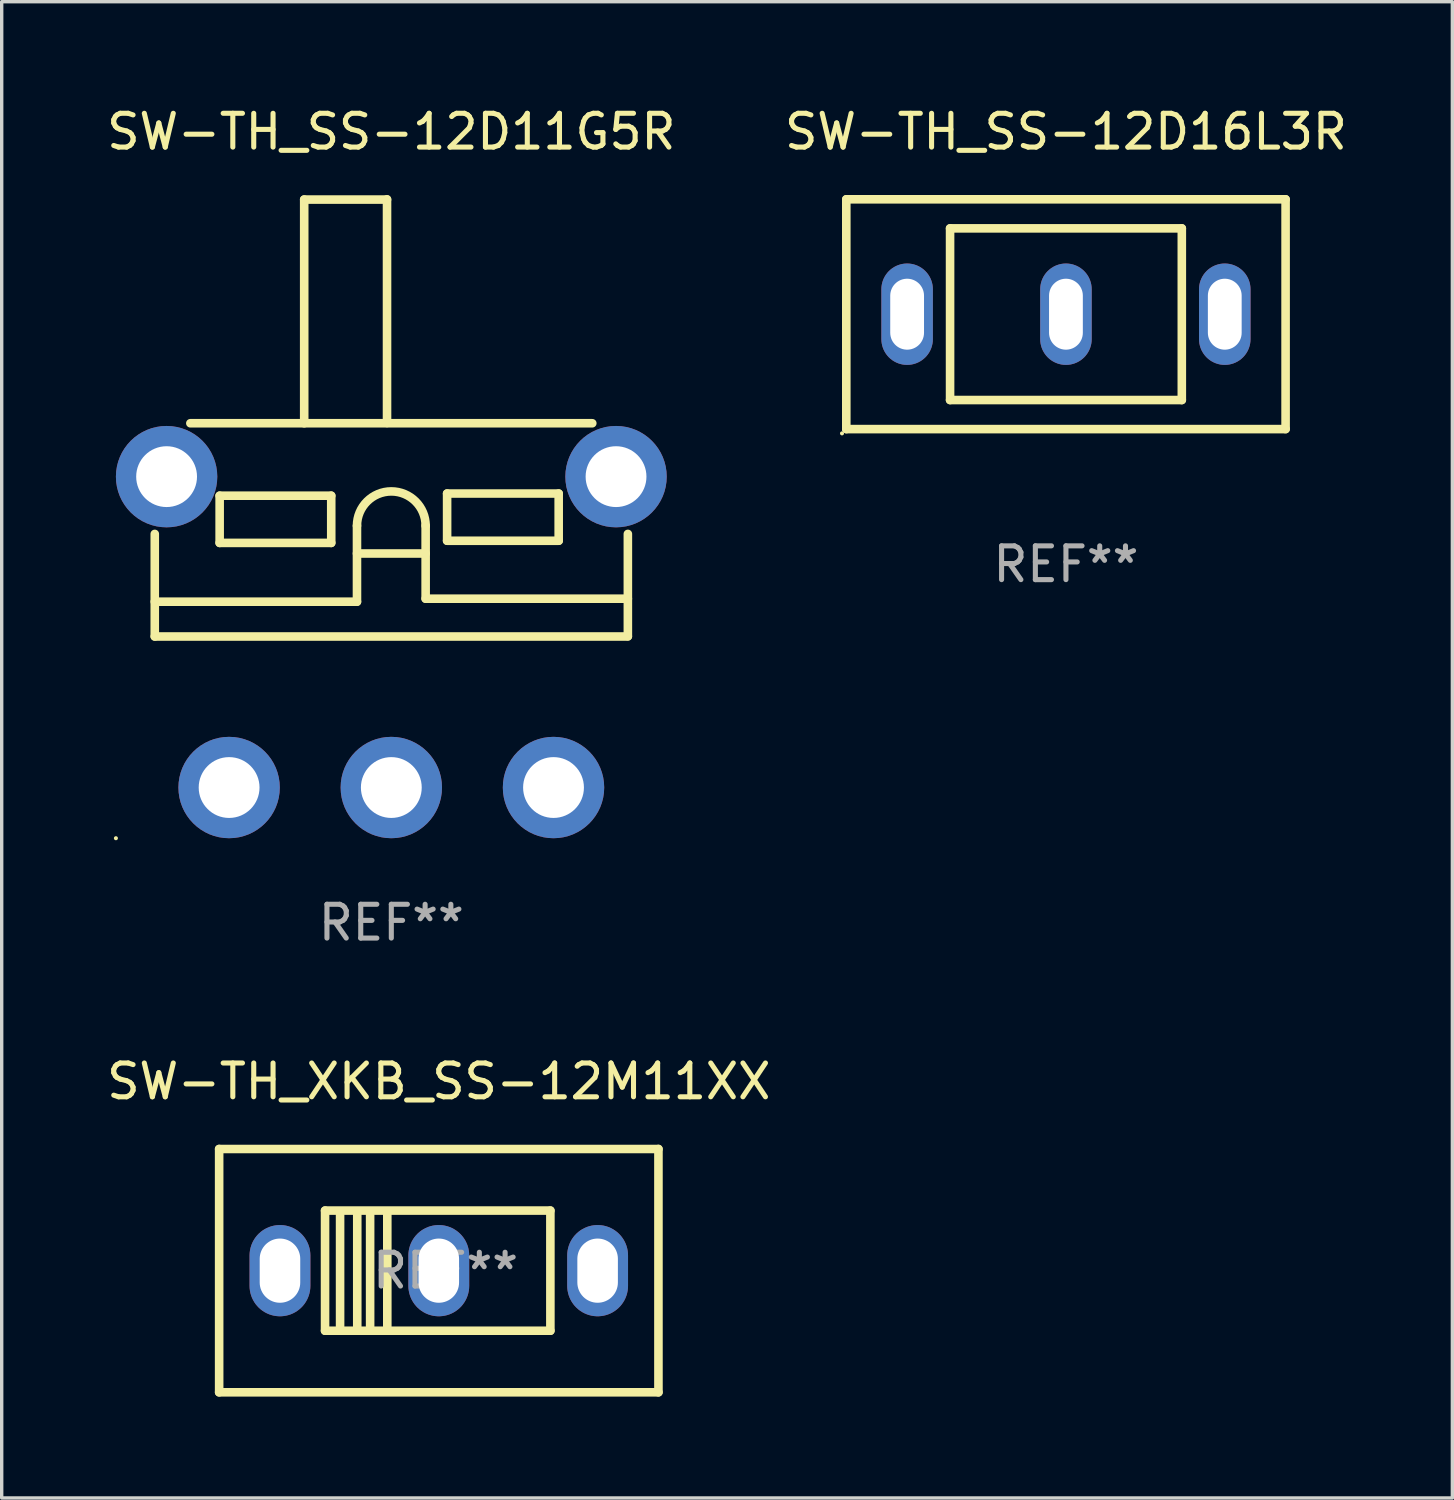
<source format=kicad_pcb>
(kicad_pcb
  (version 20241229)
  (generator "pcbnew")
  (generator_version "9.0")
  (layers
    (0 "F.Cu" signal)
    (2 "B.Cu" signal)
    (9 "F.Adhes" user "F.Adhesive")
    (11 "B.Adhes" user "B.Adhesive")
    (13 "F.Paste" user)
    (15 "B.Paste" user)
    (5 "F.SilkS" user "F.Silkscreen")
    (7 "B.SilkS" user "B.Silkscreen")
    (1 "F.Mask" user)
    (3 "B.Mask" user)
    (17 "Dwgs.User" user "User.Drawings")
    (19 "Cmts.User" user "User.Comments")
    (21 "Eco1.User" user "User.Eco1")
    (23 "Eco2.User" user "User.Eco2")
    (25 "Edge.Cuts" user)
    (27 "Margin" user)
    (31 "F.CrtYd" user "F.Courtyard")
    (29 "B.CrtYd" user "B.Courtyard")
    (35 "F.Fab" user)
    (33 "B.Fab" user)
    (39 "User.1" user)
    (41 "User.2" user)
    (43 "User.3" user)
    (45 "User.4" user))
  (footprint "SW-TH_SS-12D16L3R"
    (layer "F.Cu")
    (at 28.494 6.248)
    (property "Reference" "SW-TH_SS-12D16L3R" (at 0 -5.4 0) (layer "F.SilkS") (effects (font (size 1 1) (thickness 0.15))))
    (attr through_hole)
    (fp_line (start -6.5 -3.4) (end -6.5 3.4) (stroke (width 0.254) (type solid)) (layer "F.SilkS"))
    (fp_line (start -6.5 -3.4) (end 6.5 -3.4) (stroke (width 0.254) (type solid)) (layer "F.SilkS"))
    (fp_line (start -6.5 3.4) (end 6.5 3.4) (stroke (width 0.254) (type solid)) (layer "F.SilkS"))
    (fp_line (start -3.429 -2.54) (end -3.429 2.54) (stroke (width 0.254) (type solid)) (layer "F.SilkS"))
    (fp_line (start -3.429 2.54) (end 3.429 2.54) (stroke (width 0.254) (type solid)) (layer "F.SilkS"))
    (fp_line (start 3.429 -2.54) (end -3.429 -2.54) (stroke (width 0.254) (type solid)) (layer "F.SilkS"))
    (fp_line (start 3.429 2.54) (end 3.429 -2.54) (stroke (width 0.254) (type solid)) (layer "F.SilkS"))
    (fp_line (start 6.5 -3.4) (end 6.5 3.4) (stroke (width 0.254) (type solid)) (layer "F.SilkS"))
    (fp_circle (center -6.627 3.527) (end -6.597 3.527) (stroke (width 0.06) (type solid)) (fill no) (layer "F.SilkS"))
    (fp_text user "REF**" (at 0 7.4 0) (layer "F.Fab") (effects (font (size 1 1) (thickness 0.15))))
    (pad "1" thru_hole oval (at -4.7 0) (size 1.524 3) (drill oval 1 2.1) (layers "*.Cu" "*.Mask"))
    (pad "2" thru_hole oval (at 0 0) (size 1.524 3) (drill oval 1 2.1) (layers "*.Cu" "*.Mask"))
    (pad "3" thru_hole oval (at 4.7 0) (size 1.524 3) (drill oval 1 2.1) (layers "*.Cu" "*.Mask")))
  (footprint "SW-TH_SS-12D11G5R"
    (layer "F.Cu")
    (at 8.53 15.655)
    (property "Reference" "SW-TH_SS-12D11G5R" (at 0.000114 -14.807 0) (layer "F.SilkS") (effects (font (size 1 1) (thickness 0.15))))
    (attr through_hole)
    (fp_line (start -7 -0.899) (end -1.016 -0.899) (stroke (width 0.254) (type solid)) (layer "F.SilkS"))
    (fp_line (start -7 0.13) (end -7 -2.905) (stroke (width 0.254) (type solid)) (layer "F.SilkS"))
    (fp_line (start -5.947 -6.18) (end 5.947 -6.18) (stroke (width 0.254) (type solid)) (layer "F.SilkS"))
    (fp_line (start -5.08 -4.036) (end -5.08 -2.639) (stroke (width 0.254) (type solid)) (layer "F.SilkS"))
    (fp_line (start -5.08 -2.639) (end -1.778 -2.639) (stroke (width 0.254) (type solid)) (layer "F.SilkS"))
    (fp_line (start -2.578 -12.8) (end -0.127 -12.799) (stroke (width 0.254) (type solid)) (layer "F.SilkS"))
    (fp_line (start -2.578 -6.18) (end -2.578 -12.8) (stroke (width 0.254) (type solid)) (layer "F.SilkS"))
    (fp_line (start -1.778 -4.036) (end -5.08 -4.036) (stroke (width 0.254) (type solid)) (layer "F.SilkS"))
    (fp_line (start -1.778 -2.639) (end -1.778 -4.036) (stroke (width 0.254) (type solid)) (layer "F.SilkS"))
    (fp_line (start -1.016 -2.326) (end 1.016 -2.326) (stroke (width 0.254) (type solid)) (layer "F.SilkS"))
    (fp_line (start -1.016 -0.899) (end -1.016 -3.147) (stroke (width 0.254) (type solid)) (layer "F.SilkS"))
    (fp_line (start -0.127 -6.187) (end -0.127 -12.807) (stroke (width 0.254) (type solid)) (layer "F.SilkS"))
    (fp_line (start 1.016 -3.147) (end 1.016 -0.988) (stroke (width 0.254) (type solid)) (layer "F.SilkS"))
    (fp_line (start 1.016 -0.988) (end 7 -0.988) (stroke (width 0.254) (type solid)) (layer "F.SilkS"))
    (fp_line (start 1.651 -4.1) (end 1.651 -2.703) (stroke (width 0.254) (type solid)) (layer "F.SilkS"))
    (fp_line (start 1.651 -2.703) (end 4.953 -2.703) (stroke (width 0.254) (type solid)) (layer "F.SilkS"))
    (fp_line (start 4.953 -4.1) (end 1.651 -4.1) (stroke (width 0.254) (type solid)) (layer "F.SilkS"))
    (fp_line (start 4.953 -2.703) (end 4.953 -4.1) (stroke (width 0.254) (type solid)) (layer "F.SilkS"))
    (fp_line (start 7 -2.905) (end 7 0.12) (stroke (width 0.254) (type solid)) (layer "F.SilkS"))
    (fp_line (start 7 0.13) (end -7 0.13) (stroke (width 0.254) (type solid)) (layer "F.SilkS"))
    (fp_arc (start -1.016002 -3.147015) (mid 0 -4.163017) (end 1.016002 -3.147015) (stroke (width 0.254001) (type solid)) (layer "F.SilkS"))
    (fp_circle (center -8.15 6.1) (end -8.12 6.1) (stroke (width 0.06) (type solid)) (fill no) (layer "F.SilkS"))
    (fp_text user "REF**" (at 0.000114 8.6 0) (layer "F.Fab") (effects (font (size 1 1) (thickness 0.15))))
    (pad "1" thru_hole circle (at -4.8 4.6) (size 3 3) (drill 1.8) (layers "*.Cu" "*.Mask"))
    (pad "2" thru_hole circle (at 0 4.6) (size 3 3) (drill 1.8) (layers "*.Cu" "*.Mask"))
    (pad "3" thru_hole circle (at 4.8 4.6) (size 3 3) (drill 1.8) (layers "*.Cu" "*.Mask"))
    (pad "4" thru_hole circle (at 6.65 -4.6) (size 3 3) (drill 1.8) (layers "*.Cu" "*.Mask"))
    (pad "5" thru_hole circle (at -6.65 -4.6) (size 3 3) (drill 1.8) (layers "*.Cu" "*.Mask")))
  (footprint "SW-TH_XKB_SS-12M11XX"
    (layer "F.Cu")
    (at 9.935 34.552)
    (property "Reference" "SW-TH_XKB_SS-12M11XX" (at 0 -5.6 0) (layer "F.SilkS") (effects (font (size 1 1) (thickness 0.15))))
    (attr through_hole)
    (fp_line (start -6.5 -3.6) (end 6.5 -3.6) (stroke (width 0.254) (type solid)) (layer "F.SilkS"))
    (fp_line (start -6.5 -3.6) (end -6.5 3.6) (stroke (width 0.254) (type solid)) (layer "F.SilkS"))
    (fp_line (start -6.5 3.6) (end 6.5 3.6) (stroke (width 0.254) (type solid)) (layer "F.SilkS"))
    (fp_line (start -3.366 -1.778) (end -3.366 1.778) (stroke (width 0.254) (type solid)) (layer "F.SilkS"))
    (fp_line (start -3.366 1.778) (end 3.302 1.778) (stroke (width 0.254) (type solid)) (layer "F.SilkS"))
    (fp_line (start -2.921 -1.651) (end -2.921 1.651) (stroke (width 0.254) (type solid)) (layer "F.SilkS"))
    (fp_line (start -2.413 -1.651) (end -2.413 1.651) (stroke (width 0.254) (type solid)) (layer "F.SilkS"))
    (fp_line (start -2.032 -1.651) (end -2.032 1.651) (stroke (width 0.254) (type solid)) (layer "F.SilkS"))
    (fp_line (start -1.524 -1.651) (end -1.524 1.651) (stroke (width 0.254) (type solid)) (layer "F.SilkS"))
    (fp_line (start 3.302 -1.778) (end -3.366 -1.778) (stroke (width 0.254) (type solid)) (layer "F.SilkS"))
    (fp_line (start 3.302 1.778) (end 3.302 -1.778) (stroke (width 0.254) (type solid)) (layer "F.SilkS"))
    (fp_line (start 6.5 -3.6) (end 6.5 3.6) (stroke (width 0.254) (type solid)) (layer "F.SilkS"))
    (fp_circle (center -6.4 3.6) (end -6.37 3.6) (stroke (width 0.06) (type solid)) (fill no) (layer "F.SilkS"))
    (fp_text user "REF**" (at 0.2 0 0) (layer "F.Fab") (effects (font (size 1 1) (thickness 0.15))))
    (pad "1" thru_hole oval (at -4.7 0) (size 1.8 2.7) (drill oval 1.2 1.9) (layers "*.Cu" "*.Mask"))
    (pad "2" thru_hole oval (at 0 0) (size 1.8 2.7) (drill oval 1.2 1.9) (layers "*.Cu" "*.Mask"))
    (pad "3" thru_hole oval (at 4.7 0) (size 1.8 2.7) (drill oval 1.2 1.9) (layers "*.Cu" "*.Mask")))
  (gr_rect
    (start -3 -3)
    (end 39.929 41.279)
    (stroke (width 0.1) (type default))
    (fill no)
    (layer "Edge.Cuts")))
</source>
